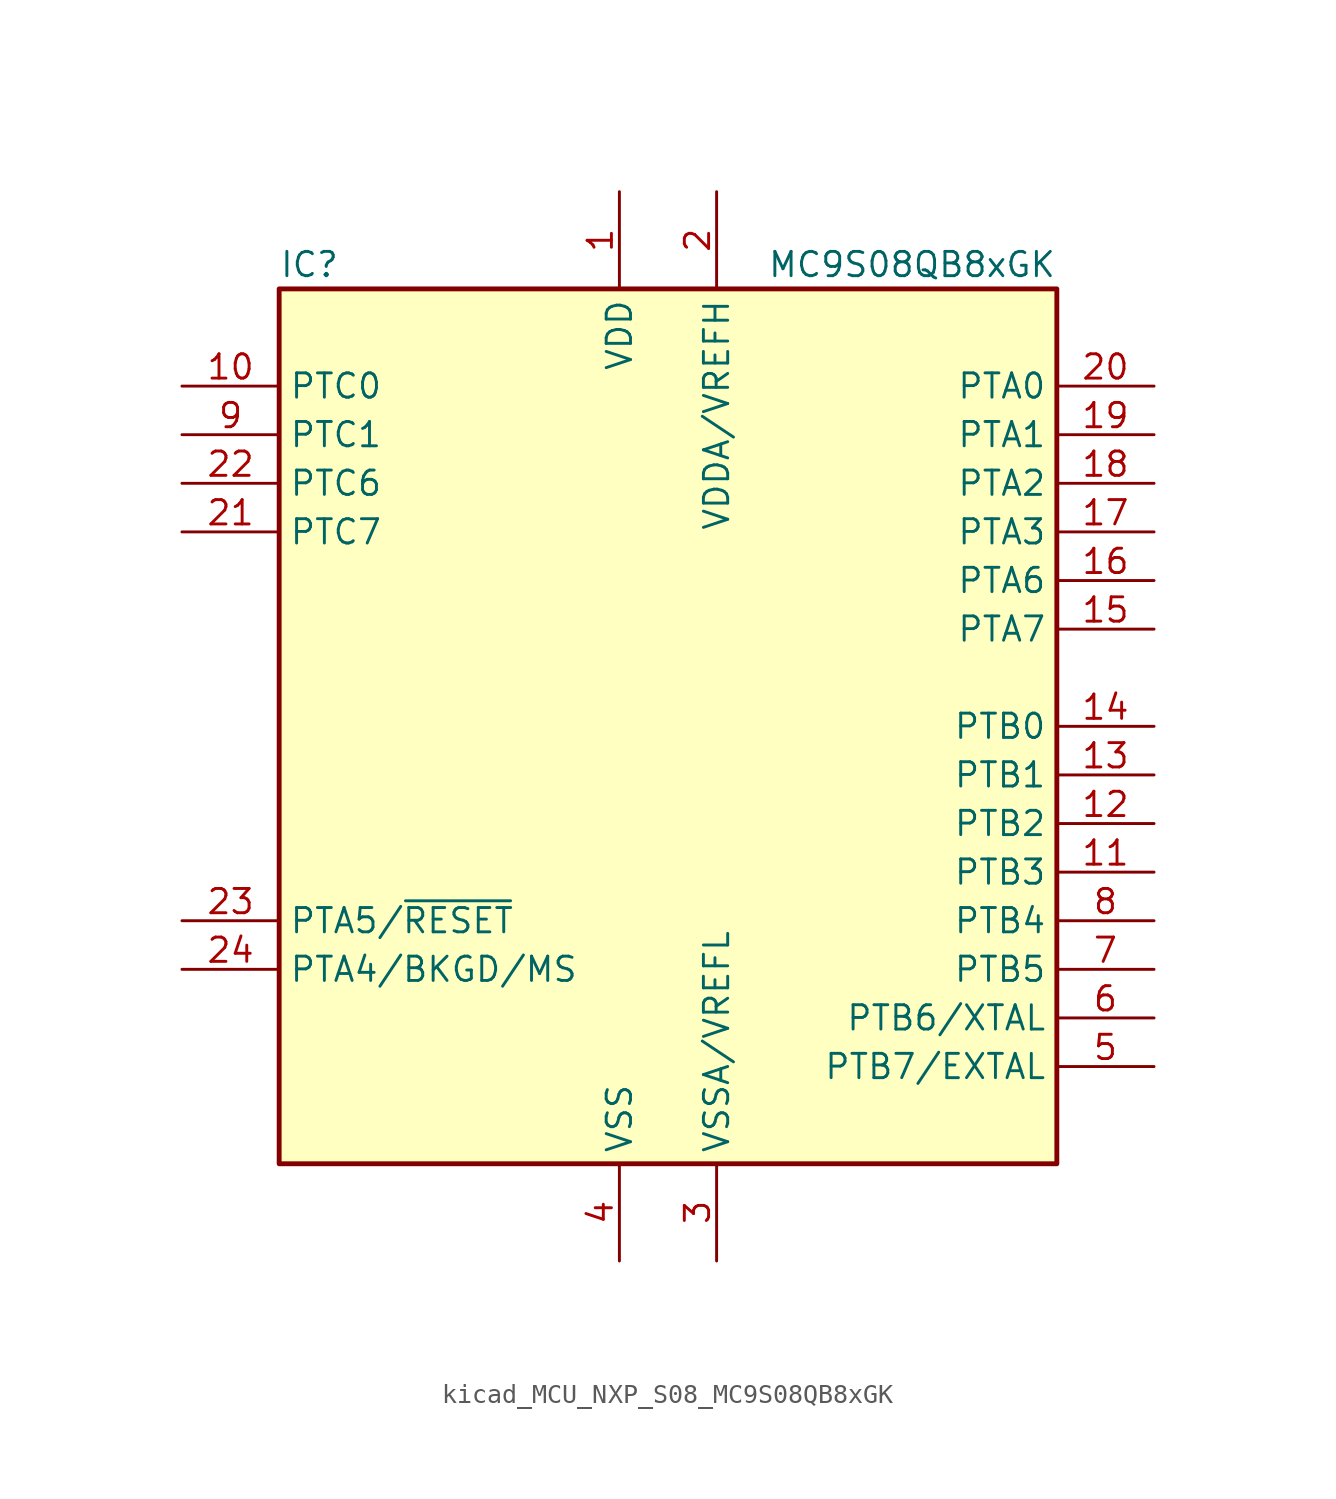
<source format=kicad_sym>
(kicad_symbol_lib
  (version 20220914)
  (generator kicad_symbol_editor)
  (symbol "kicad_MCU_NXP_S08_MC9S08QB8xGK"
    (property "Reference" "IC"
      (at -20.32 24.13 0)
      (effects (font (size 1.27 1.27)) (justify left)))
    (property "Value" "MC9S08QB8xGK"
      (at 20.32 24.13 0)
      (effects (font (size 1.27 1.27)) (justify right)))
    (symbol "kicad_MCU_NXP_S08_MC9S08QB8xGK_0_1"
      (rectangle (start -20.32 22.86) (end 20.32 -22.86) (stroke (width 0.254) (type default)) (fill (type background))))
    (symbol "kicad_MCU_NXP_S08_MC9S08QB8xGK_1_1"
      (pin power_in line (at -2.54 27.94 270) (length 5.08) (name "VDD" (effects (font (size 1.27 1.27)))) (number "1" (effects (font (size 1.27 1.27)))))
      (pin bidirectional line (at -25.4 17.78 0) (length 5.08) (name "PTC0" (effects (font (size 1.27 1.27)))) (number "10" (effects (font (size 1.27 1.27)))))
      (pin bidirectional line (at 25.4 -7.62 180) (length 5.08) (name "PTB3" (effects (font (size 1.27 1.27)))) (number "11" (effects (font (size 1.27 1.27)))))
      (pin bidirectional line (at 25.4 -5.08 180) (length 5.08) (name "PTB2" (effects (font (size 1.27 1.27)))) (number "12" (effects (font (size 1.27 1.27)))))
      (pin bidirectional line (at 25.4 -2.54 180) (length 5.08) (name "PTB1" (effects (font (size 1.27 1.27)))) (number "13" (effects (font (size 1.27 1.27)))))
      (pin bidirectional line (at 25.4 0 180) (length 5.08) (name "PTB0" (effects (font (size 1.27 1.27)))) (number "14" (effects (font (size 1.27 1.27)))))
      (pin bidirectional line (at 25.4 5.08 180) (length 5.08) (name "PTA7" (effects (font (size 1.27 1.27)))) (number "15" (effects (font (size 1.27 1.27)))))
      (pin bidirectional line (at 25.4 7.62 180) (length 5.08) (name "PTA6" (effects (font (size 1.27 1.27)))) (number "16" (effects (font (size 1.27 1.27)))))
      (pin bidirectional line (at 25.4 10.16 180) (length 5.08) (name "PTA3" (effects (font (size 1.27 1.27)))) (number "17" (effects (font (size 1.27 1.27)))))
      (pin bidirectional line (at 25.4 12.7 180) (length 5.08) (name "PTA2" (effects (font (size 1.27 1.27)))) (number "18" (effects (font (size 1.27 1.27)))))
      (pin bidirectional line (at 25.4 15.24 180) (length 5.08) (name "PTA1" (effects (font (size 1.27 1.27)))) (number "19" (effects (font (size 1.27 1.27)))))
      (pin power_in line (at 2.54 27.94 270) (length 5.08) (name "VDDA/VREFH" (effects (font (size 1.27 1.27)))) (number "2" (effects (font (size 1.27 1.27)))))
      (pin bidirectional line (at 25.4 17.78 180) (length 5.08) (name "PTA0" (effects (font (size 1.27 1.27)))) (number "20" (effects (font (size 1.27 1.27)))))
      (pin bidirectional line (at -25.4 10.16 0) (length 5.08) (name "PTC7" (effects (font (size 1.27 1.27)))) (number "21" (effects (font (size 1.27 1.27)))))
      (pin bidirectional line (at -25.4 12.7 0) (length 5.08) (name "PTC6" (effects (font (size 1.27 1.27)))) (number "22" (effects (font (size 1.27 1.27)))))
      (pin bidirectional line (at -25.4 -10.16 0) (length 5.08) (name "PTA5/~{RESET}" (effects (font (size 1.27 1.27)))) (number "23" (effects (font (size 1.27 1.27)))))
      (pin bidirectional line (at -25.4 -12.7 0) (length 5.08) (name "PTA4/BKGD/MS" (effects (font (size 1.27 1.27)))) (number "24" (effects (font (size 1.27 1.27)))))
      (pin power_in line (at 2.54 -27.94 90) (length 5.08) (name "VSSA/VREFL" (effects (font (size 1.27 1.27)))) (number "3" (effects (font (size 1.27 1.27)))))
      (pin power_in line (at -2.54 -27.94 90) (length 5.08) (name "VSS" (effects (font (size 1.27 1.27)))) (number "4" (effects (font (size 1.27 1.27)))))
      (pin bidirectional line (at 25.4 -17.78 180) (length 5.08) (name "PTB7/EXTAL" (effects (font (size 1.27 1.27)))) (number "5" (effects (font (size 1.27 1.27)))))
      (pin bidirectional line (at 25.4 -15.24 180) (length 5.08) (name "PTB6/XTAL" (effects (font (size 1.27 1.27)))) (number "6" (effects (font (size 1.27 1.27)))))
      (pin bidirectional line (at 25.4 -12.7 180) (length 5.08) (name "PTB5" (effects (font (size 1.27 1.27)))) (number "7" (effects (font (size 1.27 1.27)))))
      (pin bidirectional line (at 25.4 -10.16 180) (length 5.08) (name "PTB4" (effects (font (size 1.27 1.27)))) (number "8" (effects (font (size 1.27 1.27)))))
      (pin bidirectional line (at -25.4 15.24 0) (length 5.08) (name "PTC1" (effects (font (size 1.27 1.27)))) (number "9" (effects (font (size 1.27 1.27))))))))
</source>
